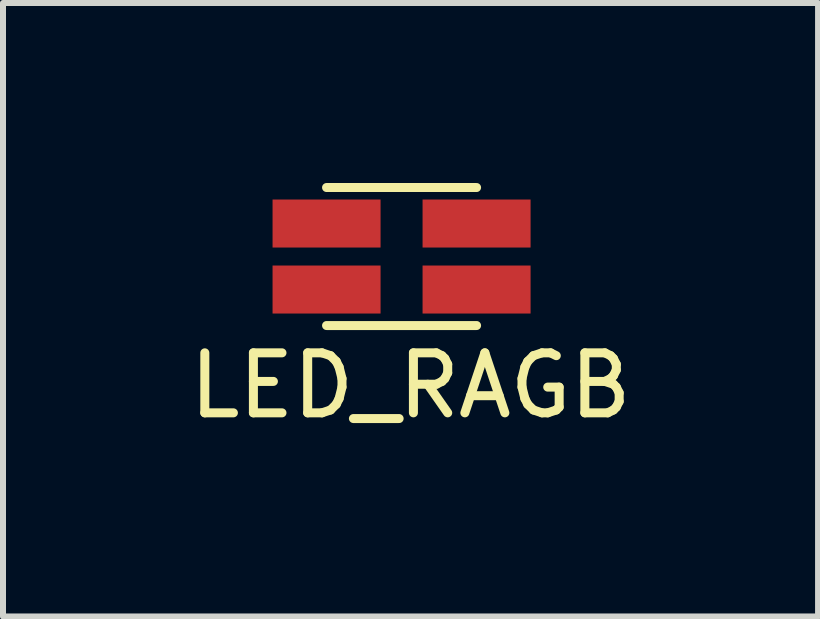
<source format=kicad_pcb>
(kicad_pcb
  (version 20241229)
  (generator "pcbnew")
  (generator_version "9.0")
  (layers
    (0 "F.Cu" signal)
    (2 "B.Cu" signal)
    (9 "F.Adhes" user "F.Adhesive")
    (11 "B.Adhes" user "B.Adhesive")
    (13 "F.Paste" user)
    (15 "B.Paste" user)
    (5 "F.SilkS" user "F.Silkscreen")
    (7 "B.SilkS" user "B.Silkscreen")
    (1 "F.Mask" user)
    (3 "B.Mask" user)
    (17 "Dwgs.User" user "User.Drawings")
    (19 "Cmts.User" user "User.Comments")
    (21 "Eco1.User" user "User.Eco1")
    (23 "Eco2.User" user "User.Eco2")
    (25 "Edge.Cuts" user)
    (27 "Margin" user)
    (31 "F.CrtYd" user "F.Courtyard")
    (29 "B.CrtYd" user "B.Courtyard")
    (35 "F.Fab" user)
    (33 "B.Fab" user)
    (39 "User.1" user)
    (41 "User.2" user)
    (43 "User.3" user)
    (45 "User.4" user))
  (footprint "LED_RAGB"
    (layer "F.Cu")
    (at 2.392 0.675)
    (property "Reference" "LED_RAGB" (at 1.4 2.7 0) (layer "F.SilkS") (effects (font (size 1 1) (thickness 0.15))))
    (attr through_hole)
    (fp_line (start 0 -0.6) (end 2.5 -0.6) (stroke (width 0.15) (type solid)) (layer "F.SilkS"))
    (fp_line (start 2.5 1.7) (end 0 1.7) (stroke (width 0.15) (type solid)) (layer "F.SilkS"))
    (pad "1" smd rect (at 0 0) (size 1.8 0.8) (layers "F.Cu" "F.Mask" "F.Paste"))
    (pad "2" smd rect (at 2.5 0) (size 1.8 0.8) (layers "F.Cu" "F.Mask" "F.Paste"))
    (pad "3" smd rect (at 0 1.1) (size 1.8 0.8) (layers "F.Cu" "F.Mask" "F.Paste"))
    (pad "4" smd rect (at 2.5 1.1) (size 1.8 0.8) (layers "F.Cu" "F.Mask" "F.Paste")))
  (gr_rect
    (start -3 -3)
    (end 10.583 7.223)
    (stroke (width 0.1) (type default))
    (fill no)
    (layer "Edge.Cuts")))
</source>
